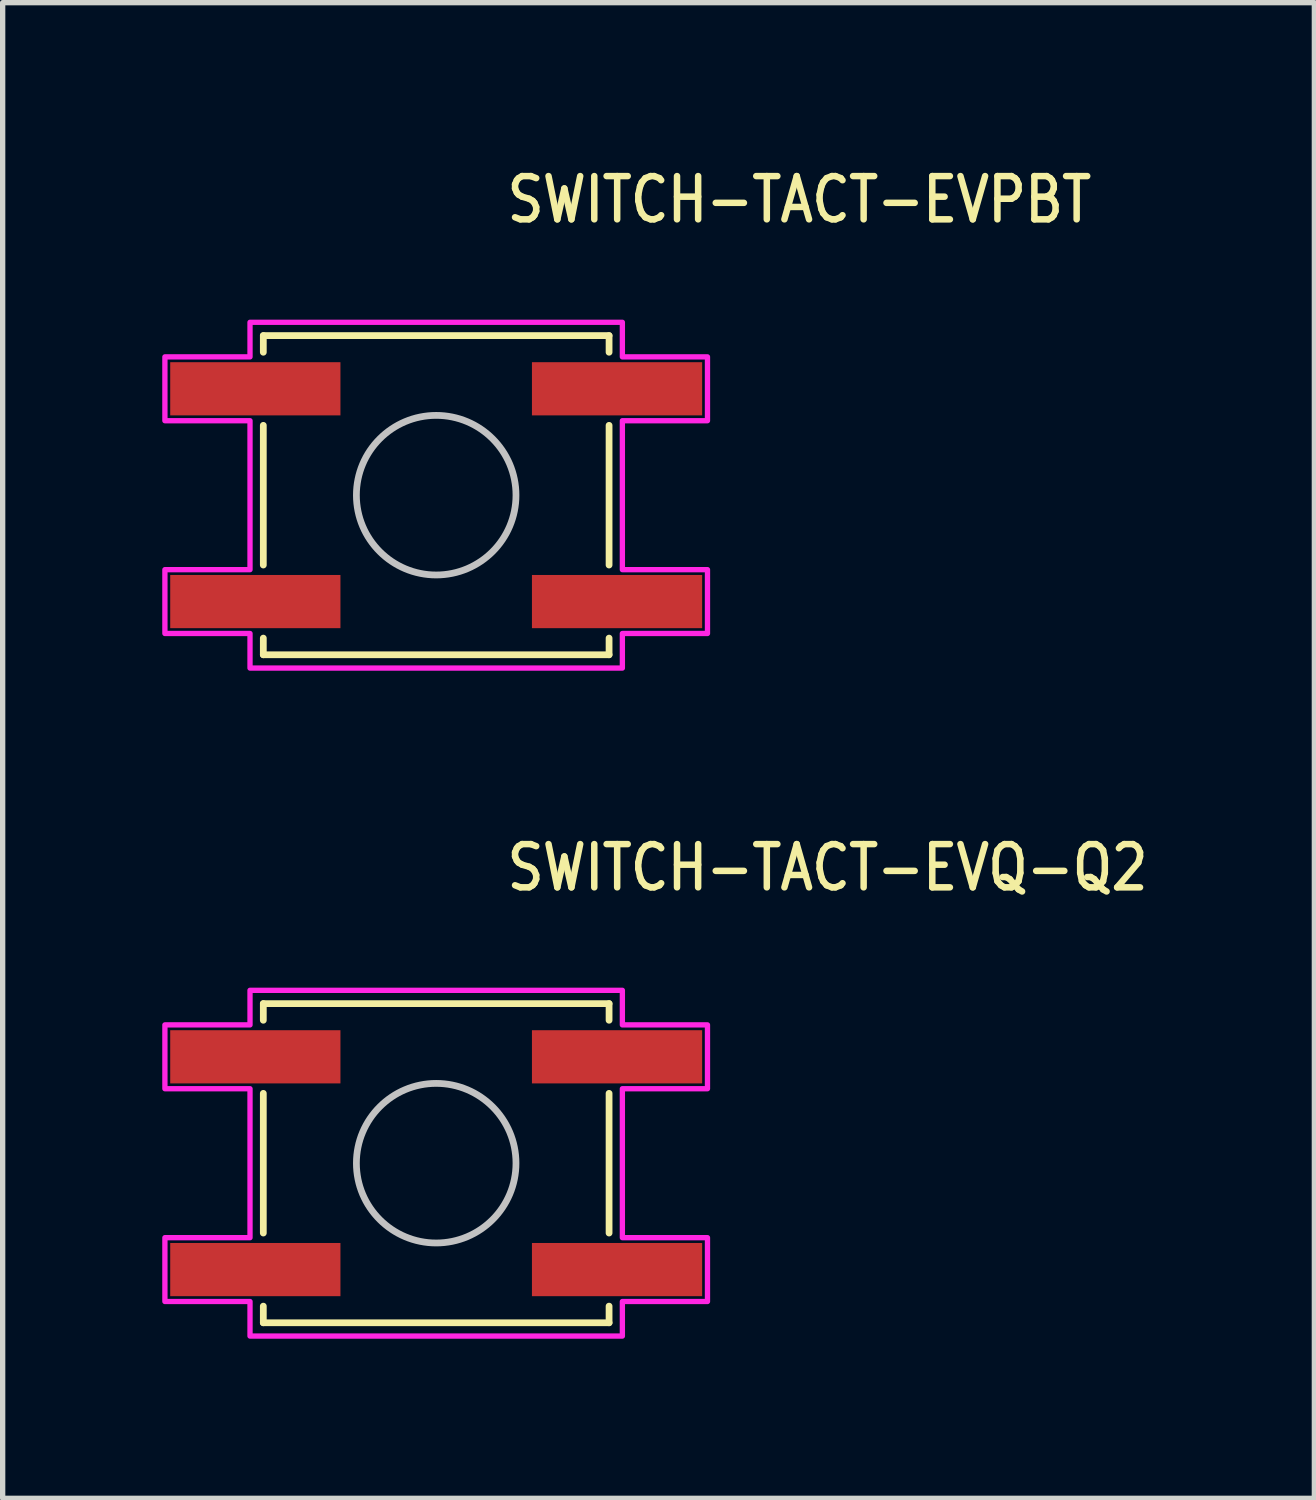
<source format=kicad_pcb>
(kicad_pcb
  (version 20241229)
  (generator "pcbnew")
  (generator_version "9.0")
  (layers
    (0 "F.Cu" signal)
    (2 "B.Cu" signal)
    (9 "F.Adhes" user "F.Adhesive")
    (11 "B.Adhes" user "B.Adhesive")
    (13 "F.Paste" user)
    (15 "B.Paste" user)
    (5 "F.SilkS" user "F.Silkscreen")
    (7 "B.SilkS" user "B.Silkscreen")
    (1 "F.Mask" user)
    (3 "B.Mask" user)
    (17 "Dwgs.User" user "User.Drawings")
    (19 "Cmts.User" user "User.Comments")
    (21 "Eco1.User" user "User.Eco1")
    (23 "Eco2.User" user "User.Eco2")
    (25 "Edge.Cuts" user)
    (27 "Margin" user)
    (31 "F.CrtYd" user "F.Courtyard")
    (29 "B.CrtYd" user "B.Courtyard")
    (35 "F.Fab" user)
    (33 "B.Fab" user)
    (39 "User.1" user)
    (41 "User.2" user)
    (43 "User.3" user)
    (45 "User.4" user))
  (footprint "SWITCH-TACT-EVQ-Q2"
    (layer "F.Cu")
    (at 5.15 18.817)
    (property "Reference" "SWITCH-TACT-EVQ-Q2" (at 1.27 -5.08 0) (unlocked yes) (layer "F.SilkS") (effects (font (size 0.813 0.695) (thickness 0.122)) (justify left bottom)))
    (fp_line (start -3.25 -3) (end -3.25 -2.687) (stroke (width 0.127) (type solid)) (layer "F.SilkS"))
    (fp_line (start -3.25 -3) (end 3.25 -3) (stroke (width 0.127) (type solid)) (layer "F.SilkS"))
    (fp_line (start -3.25 -1.313) (end -3.25 1.313) (stroke (width 0.127) (type solid)) (layer "F.SilkS"))
    (fp_line (start -3.25 3) (end -3.25 2.687) (stroke (width 0.127) (type solid)) (layer "F.SilkS"))
    (fp_line (start 3.25 -3) (end 3.25 -2.687) (stroke (width 0.127) (type solid)) (layer "F.SilkS"))
    (fp_line (start 3.25 -1.313) (end 3.25 1.313) (stroke (width 0.127) (type solid)) (layer "F.SilkS"))
    (fp_line (start 3.25 3) (end -3.25 3) (stroke (width 0.127) (type solid)) (layer "F.SilkS"))
    (fp_line (start 3.25 3) (end 3.25 2.687) (stroke (width 0.127) (type solid)) (layer "F.SilkS"))
    (fp_circle (center 0 0) (end 1.5 0) (stroke (width 0.127) (type solid)) (fill no) (layer "Dwgs.User"))
    (fp_poly (pts (xy -5.1 -2.6) (xy -3.5 -2.6) (xy -3.5 -3.25) (xy 3.5 -3.25) (xy 3.5 -2.6) (xy 5.1 -2.6) (xy 5.1 -1.4) (xy 3.5 -1.4) (xy 3.5 1.4) (xy 5.1 1.4) (xy 5.1 2.6) (xy 3.5 2.6) (xy 3.5 3.25) (xy -3.5 3.25) (xy -3.5 2.6) (xy -5.1 2.6) (xy -5.1 1.4) (xy -3.5 1.4) (xy -3.5 -1.4) (xy -5.1 -1.4)) (stroke (width 0.1) (type solid)) (fill no) (layer "F.CrtYd"))
    (pad "A" smd rect (at 3.4 2) (size 3.2 1) (layers "F.Cu" "F.Mask" "F.Paste"))
    (pad "A'" smd rect (at -3.4 2) (size 3.2 1) (layers "F.Cu" "F.Mask" "F.Paste"))
    (pad "B" smd rect (at 3.4 -2) (size 3.2 1) (layers "F.Cu" "F.Mask" "F.Paste"))
    (pad "B'" smd rect (at -3.4 -2) (size 3.2 1) (layers "F.Cu" "F.Mask" "F.Paste")))
  (footprint "SWITCH-TACT-EVPBT"
    (layer "F.Cu")
    (at 5.15 6.259)
    (property "Reference" "SWITCH-TACT-EVPBT" (at 1.27 -5.08 0) (unlocked yes) (layer "F.SilkS") (effects (font (size 0.813 0.695) (thickness 0.122)) (justify left bottom)))
    (fp_line (start -3.25 -3) (end -3.25 -2.687) (stroke (width 0.127) (type solid)) (layer "F.SilkS"))
    (fp_line (start -3.25 -3) (end 3.25 -3) (stroke (width 0.127) (type solid)) (layer "F.SilkS"))
    (fp_line (start -3.25 -1.313) (end -3.25 1.313) (stroke (width 0.127) (type solid)) (layer "F.SilkS"))
    (fp_line (start -3.25 3) (end -3.25 2.687) (stroke (width 0.127) (type solid)) (layer "F.SilkS"))
    (fp_line (start 3.25 -3) (end 3.25 -2.687) (stroke (width 0.127) (type solid)) (layer "F.SilkS"))
    (fp_line (start 3.25 -1.313) (end 3.25 1.313) (stroke (width 0.127) (type solid)) (layer "F.SilkS"))
    (fp_line (start 3.25 3) (end -3.25 3) (stroke (width 0.127) (type solid)) (layer "F.SilkS"))
    (fp_line (start 3.25 3) (end 3.25 2.687) (stroke (width 0.127) (type solid)) (layer "F.SilkS"))
    (fp_circle (center 0 0) (end 1.5 0) (stroke (width 0.127) (type solid)) (fill no) (layer "Dwgs.User"))
    (fp_poly (pts (xy -5.1 -2.6) (xy -3.5 -2.6) (xy -3.5 -3.25) (xy 3.5 -3.25) (xy 3.5 -2.6) (xy 5.1 -2.6) (xy 5.1 -1.4) (xy 3.5 -1.4) (xy 3.5 1.4) (xy 5.1 1.4) (xy 5.1 2.6) (xy 3.5 2.6) (xy 3.5 3.25) (xy -3.5 3.25) (xy -3.5 2.6) (xy -5.1 2.6) (xy -5.1 1.4) (xy -3.5 1.4) (xy -3.5 -1.4) (xy -5.1 -1.4)) (stroke (width 0.1) (type solid)) (fill no) (layer "F.CrtYd"))
    (pad "A" smd rect (at 3.4 2) (size 3.2 1) (layers "F.Cu" "F.Mask" "F.Paste"))
    (pad "A'" smd rect (at -3.4 2) (size 3.2 1) (layers "F.Cu" "F.Mask" "F.Paste"))
    (pad "B" smd rect (at 3.4 -2) (size 3.2 1) (layers "F.Cu" "F.Mask" "F.Paste"))
    (pad "B'" smd rect (at -3.4 -2) (size 3.2 1) (layers "F.Cu" "F.Mask" "F.Paste")))
  (gr_rect
    (start -3 -3)
    (end 21.659 25.117)
    (stroke (width 0.1) (type default))
    (fill no)
    (layer "Edge.Cuts")))
</source>
